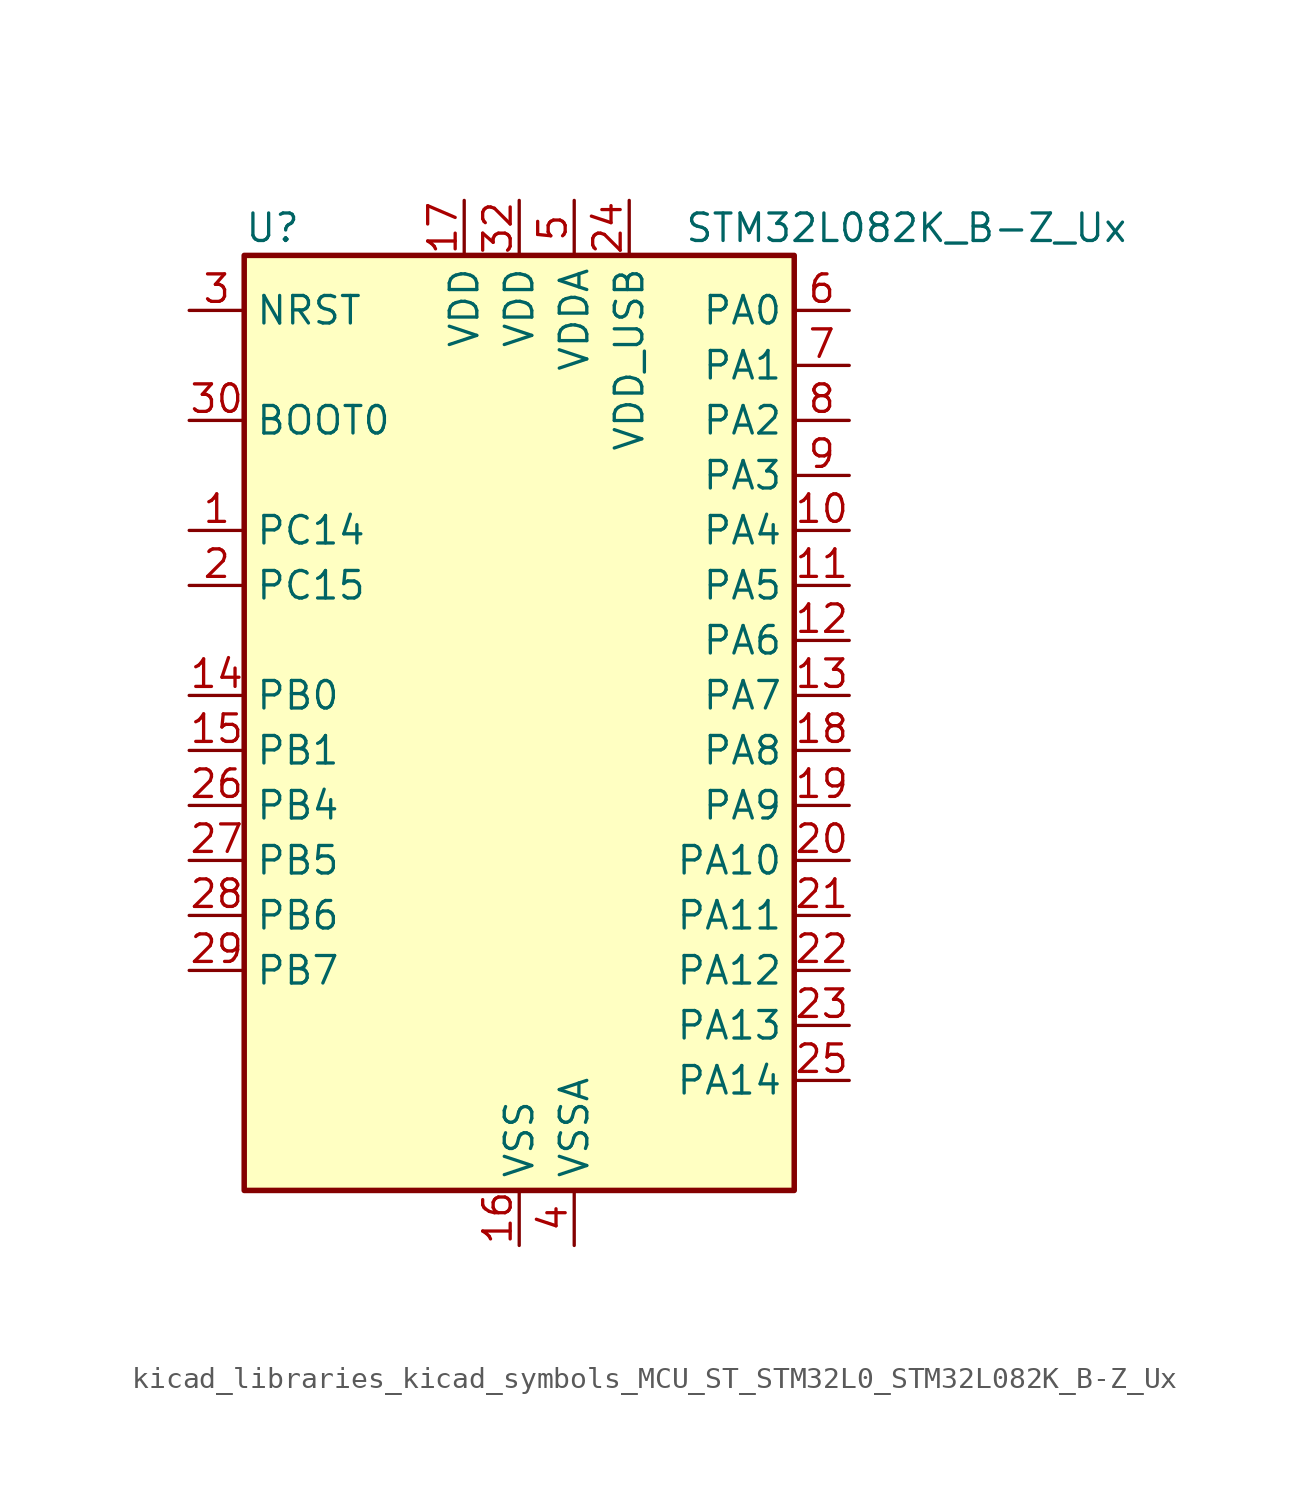
<source format=kicad_sym>
(kicad_symbol_lib
  (version 20220914)
  (generator kicad_symbol_editor)
  (symbol "kicad_libraries_kicad_symbols_MCU_ST_STM32L0_STM32L082K_B-Z_Ux"
    (property "Reference" "U"
      (at -12.7 24.13 0)
      (effects (font (size 1.27 1.27)) (justify left)))
    (property "Value" "STM32L082K_B-Z_Ux"
      (at 7.62 24.13 0)
      (effects (font (size 1.27 1.27)) (justify left)))
    (property "ki_locked" ""
      (at 0 0 0)
      (effects (font (size 1.27 1.27))))
    (symbol "kicad_libraries_kicad_symbols_MCU_ST_STM32L0_STM32L082K_B-Z_Ux_0_1"
      (rectangle (start -12.7 -20.32) (end 12.7 22.86) (stroke (width 0.254) (type default)) (fill (type background))))
    (symbol "kicad_libraries_kicad_symbols_MCU_ST_STM32L0_STM32L082K_B-Z_Ux_1_1"
      (pin bidirectional line (at -15.24 10.16 0) (length 2.54) (name "PC14" (effects (font (size 1.27 1.27)))) (number "1" (effects (font (size 1.27 1.27)))) (alternate "RCC_OSC32_IN" bidirectional line))
      (pin bidirectional line (at 15.24 10.16 180) (length 2.54) (name "PA4" (effects (font (size 1.27 1.27)))) (number "10" (effects (font (size 1.27 1.27)))) (alternate "ADC_IN4" bidirectional line) (alternate "COMP1_INM" bidirectional line) (alternate "COMP2_INM" bidirectional line) (alternate "DAC_OUT1" bidirectional line) (alternate "SPI1_NSS" bidirectional line) (alternate "TIM22_ETR" bidirectional line) (alternate "TSC_G2_IO1" bidirectional line) (alternate "USART2_CK" bidirectional line))
      (pin bidirectional line (at 15.24 7.62 180) (length 2.54) (name "PA5" (effects (font (size 1.27 1.27)))) (number "11" (effects (font (size 1.27 1.27)))) (alternate "ADC_IN5" bidirectional line) (alternate "COMP1_INM" bidirectional line) (alternate "COMP2_INM" bidirectional line) (alternate "DAC_OUT2" bidirectional line) (alternate "SPI1_SCK" bidirectional line) (alternate "TIM2_CH1" bidirectional line) (alternate "TIM2_ETR" bidirectional line) (alternate "TSC_G2_IO2" bidirectional line))
      (pin bidirectional line (at 15.24 5.08 180) (length 2.54) (name "PA6" (effects (font (size 1.27 1.27)))) (number "12" (effects (font (size 1.27 1.27)))) (alternate "ADC_IN6" bidirectional line) (alternate "COMP1_OUT" bidirectional line) (alternate "LPUART1_CTS" bidirectional line) (alternate "SPI1_MISO" bidirectional line) (alternate "TIM22_CH1" bidirectional line) (alternate "TIM3_CH1" bidirectional line) (alternate "TSC_G2_IO3" bidirectional line))
      (pin bidirectional line (at 15.24 2.54 180) (length 2.54) (name "PA7" (effects (font (size 1.27 1.27)))) (number "13" (effects (font (size 1.27 1.27)))) (alternate "ADC_IN7" bidirectional line) (alternate "COMP2_OUT" bidirectional line) (alternate "SPI1_MOSI" bidirectional line) (alternate "TIM22_CH2" bidirectional line) (alternate "TIM3_CH2" bidirectional line) (alternate "TSC_G2_IO4" bidirectional line))
      (pin bidirectional line (at -15.24 2.54 0) (length 2.54) (name "PB0" (effects (font (size 1.27 1.27)))) (number "14" (effects (font (size 1.27 1.27)))) (alternate "ADC_IN8" bidirectional line) (alternate "SYS_VREF_OUT_PB0" bidirectional line) (alternate "TIM3_CH3" bidirectional line) (alternate "TSC_G3_IO2" bidirectional line))
      (pin bidirectional line (at -15.24 0 0) (length 2.54) (name "PB1" (effects (font (size 1.27 1.27)))) (number "15" (effects (font (size 1.27 1.27)))) (alternate "ADC_IN9" bidirectional line) (alternate "LPUART1_DE" bidirectional line) (alternate "LPUART1_RTS" bidirectional line) (alternate "SYS_VREF_OUT_PB1" bidirectional line) (alternate "TIM3_CH4" bidirectional line) (alternate "TSC_G3_IO3" bidirectional line))
      (pin power_in line (at 0 -22.86 90) (length 2.54) (name "VSS" (effects (font (size 1.27 1.27)))) (number "16" (effects (font (size 1.27 1.27)))))
      (pin power_in line (at -2.54 25.4 270) (length 2.54) (name "VDD" (effects (font (size 1.27 1.27)))) (number "17" (effects (font (size 1.27 1.27)))))
      (pin bidirectional line (at 15.24 0 180) (length 2.54) (name "PA8" (effects (font (size 1.27 1.27)))) (number "18" (effects (font (size 1.27 1.27)))) (alternate "CRS_SYNC" bidirectional line) (alternate "I2C3_SCL" bidirectional line) (alternate "RCC_MCO" bidirectional line) (alternate "USART1_CK" bidirectional line))
      (pin bidirectional line (at 15.24 -2.54 180) (length 2.54) (name "PA9" (effects (font (size 1.27 1.27)))) (number "19" (effects (font (size 1.27 1.27)))) (alternate "DAC_EXTI9" bidirectional line) (alternate "I2C1_SCL" bidirectional line) (alternate "I2C3_SMBA" bidirectional line) (alternate "RCC_MCO" bidirectional line) (alternate "TSC_G4_IO1" bidirectional line) (alternate "USART1_TX" bidirectional line))
      (pin bidirectional line (at -15.24 7.62 0) (length 2.54) (name "PC15" (effects (font (size 1.27 1.27)))) (number "2" (effects (font (size 1.27 1.27)))) (alternate "RCC_OSC32_OUT" bidirectional line))
      (pin bidirectional line (at 15.24 -5.08 180) (length 2.54) (name "PA10" (effects (font (size 1.27 1.27)))) (number "20" (effects (font (size 1.27 1.27)))) (alternate "I2C1_SDA" bidirectional line) (alternate "TSC_G4_IO2" bidirectional line) (alternate "USART1_RX" bidirectional line))
      (pin bidirectional line (at 15.24 -7.62 180) (length 2.54) (name "PA11" (effects (font (size 1.27 1.27)))) (number "21" (effects (font (size 1.27 1.27)))) (alternate "ADC_EXTI11" bidirectional line) (alternate "COMP1_OUT" bidirectional line) (alternate "SPI1_MISO" bidirectional line) (alternate "TSC_G4_IO3" bidirectional line) (alternate "USART1_CTS" bidirectional line) (alternate "USB_DM" bidirectional line))
      (pin bidirectional line (at 15.24 -10.16 180) (length 2.54) (name "PA12" (effects (font (size 1.27 1.27)))) (number "22" (effects (font (size 1.27 1.27)))) (alternate "COMP2_OUT" bidirectional line) (alternate "SPI1_MOSI" bidirectional line) (alternate "TSC_G4_IO4" bidirectional line) (alternate "USART1_DE" bidirectional line) (alternate "USART1_RTS" bidirectional line) (alternate "USB_DP" bidirectional line))
      (pin bidirectional line (at 15.24 -12.7 180) (length 2.54) (name "PA13" (effects (font (size 1.27 1.27)))) (number "23" (effects (font (size 1.27 1.27)))) (alternate "LPUART1_RX" bidirectional line) (alternate "SYS_SWDIO" bidirectional line) (alternate "USB_NOE" bidirectional line))
      (pin power_in line (at 5.08 25.4 270) (length 2.54) (name "VDD_USB" (effects (font (size 1.27 1.27)))) (number "24" (effects (font (size 1.27 1.27)))))
      (pin bidirectional line (at 15.24 -15.24 180) (length 2.54) (name "PA14" (effects (font (size 1.27 1.27)))) (number "25" (effects (font (size 1.27 1.27)))) (alternate "LPUART1_TX" bidirectional line) (alternate "SYS_SWCLK" bidirectional line) (alternate "USART2_TX" bidirectional line))
      (pin bidirectional line (at -15.24 -2.54 0) (length 2.54) (name "PB4" (effects (font (size 1.27 1.27)))) (number "26" (effects (font (size 1.27 1.27)))) (alternate "COMP2_INP" bidirectional line) (alternate "I2C3_SDA" bidirectional line) (alternate "SPI1_MISO" bidirectional line) (alternate "TIM22_CH1" bidirectional line) (alternate "TIM3_CH1" bidirectional line) (alternate "TSC_G5_IO2" bidirectional line) (alternate "USART1_CTS" bidirectional line))
      (pin bidirectional line (at -15.24 -5.08 0) (length 2.54) (name "PB5" (effects (font (size 1.27 1.27)))) (number "27" (effects (font (size 1.27 1.27)))) (alternate "COMP2_INP" bidirectional line) (alternate "I2C1_SMBA" bidirectional line) (alternate "LPTIM1_IN1" bidirectional line) (alternate "SPI1_MOSI" bidirectional line) (alternate "TIM22_CH2" bidirectional line) (alternate "TIM3_CH2" bidirectional line) (alternate "USART1_CK" bidirectional line))
      (pin bidirectional line (at -15.24 -7.62 0) (length 2.54) (name "PB6" (effects (font (size 1.27 1.27)))) (number "28" (effects (font (size 1.27 1.27)))) (alternate "COMP2_INP" bidirectional line) (alternate "I2C1_SCL" bidirectional line) (alternate "LPTIM1_ETR" bidirectional line) (alternate "TSC_G5_IO3" bidirectional line) (alternate "USART1_TX" bidirectional line))
      (pin bidirectional line (at -15.24 -10.16 0) (length 2.54) (name "PB7" (effects (font (size 1.27 1.27)))) (number "29" (effects (font (size 1.27 1.27)))) (alternate "COMP2_INP" bidirectional line) (alternate "I2C1_SDA" bidirectional line) (alternate "LPTIM1_IN2" bidirectional line) (alternate "SYS_PVD_IN" bidirectional line) (alternate "TSC_G5_IO4" bidirectional line) (alternate "USART1_RX" bidirectional line) (alternate "USART4_CTS" bidirectional line))
      (pin input line (at -15.24 20.32 0) (length 2.54) (name "NRST" (effects (font (size 1.27 1.27)))) (number "3" (effects (font (size 1.27 1.27)))))
      (pin input line (at -15.24 15.24 0) (length 2.54) (name "BOOT0" (effects (font (size 1.27 1.27)))) (number "30" (effects (font (size 1.27 1.27)))))
      (pin passive line (at 0 -22.86 90) (length 2.54) hide (name "VSS" (effects (font (size 1.27 1.27)))) (number "31" (effects (font (size 1.27 1.27)))))
      (pin power_in line (at 0 25.4 270) (length 2.54) (name "VDD" (effects (font (size 1.27 1.27)))) (number "32" (effects (font (size 1.27 1.27)))))
      (pin passive line (at 0 -22.86 90) (length 2.54) hide (name "VSS" (effects (font (size 1.27 1.27)))) (number "33" (effects (font (size 1.27 1.27)))))
      (pin power_in line (at 2.54 -22.86 90) (length 2.54) (name "VSSA" (effects (font (size 1.27 1.27)))) (number "4" (effects (font (size 1.27 1.27)))))
      (pin power_in line (at 2.54 25.4 270) (length 2.54) (name "VDDA" (effects (font (size 1.27 1.27)))) (number "5" (effects (font (size 1.27 1.27)))))
      (pin bidirectional line (at 15.24 20.32 180) (length 2.54) (name "PA0" (effects (font (size 1.27 1.27)))) (number "6" (effects (font (size 1.27 1.27)))) (alternate "ADC_IN0" bidirectional line) (alternate "COMP1_INM" bidirectional line) (alternate "COMP1_OUT" bidirectional line) (alternate "RTC_TAMP2" bidirectional line) (alternate "SYS_WKUP1" bidirectional line) (alternate "TIM2_CH1" bidirectional line) (alternate "TIM2_ETR" bidirectional line) (alternate "TSC_G1_IO1" bidirectional line) (alternate "USART2_CTS" bidirectional line) (alternate "USART4_TX" bidirectional line))
      (pin bidirectional line (at 15.24 17.78 180) (length 2.54) (name "PA1" (effects (font (size 1.27 1.27)))) (number "7" (effects (font (size 1.27 1.27)))) (alternate "ADC_IN1" bidirectional line) (alternate "COMP1_INP" bidirectional line) (alternate "TIM21_ETR" bidirectional line) (alternate "TIM2_CH2" bidirectional line) (alternate "TSC_G1_IO2" bidirectional line) (alternate "USART2_DE" bidirectional line) (alternate "USART2_RTS" bidirectional line) (alternate "USART4_RX" bidirectional line))
      (pin bidirectional line (at 15.24 15.24 180) (length 2.54) (name "PA2" (effects (font (size 1.27 1.27)))) (number "8" (effects (font (size 1.27 1.27)))) (alternate "ADC_IN2" bidirectional line) (alternate "COMP2_INM" bidirectional line) (alternate "COMP2_OUT" bidirectional line) (alternate "LPUART1_TX" bidirectional line) (alternate "TIM21_CH1" bidirectional line) (alternate "TIM2_CH3" bidirectional line) (alternate "TSC_G1_IO3" bidirectional line) (alternate "USART2_TX" bidirectional line))
      (pin bidirectional line (at 15.24 12.7 180) (length 2.54) (name "PA3" (effects (font (size 1.27 1.27)))) (number "9" (effects (font (size 1.27 1.27)))) (alternate "ADC_IN3" bidirectional line) (alternate "COMP2_INP" bidirectional line) (alternate "LPUART1_RX" bidirectional line) (alternate "TIM21_CH2" bidirectional line) (alternate "TIM2_CH4" bidirectional line) (alternate "TSC_G1_IO4" bidirectional line) (alternate "USART2_RX" bidirectional line)))))
</source>
